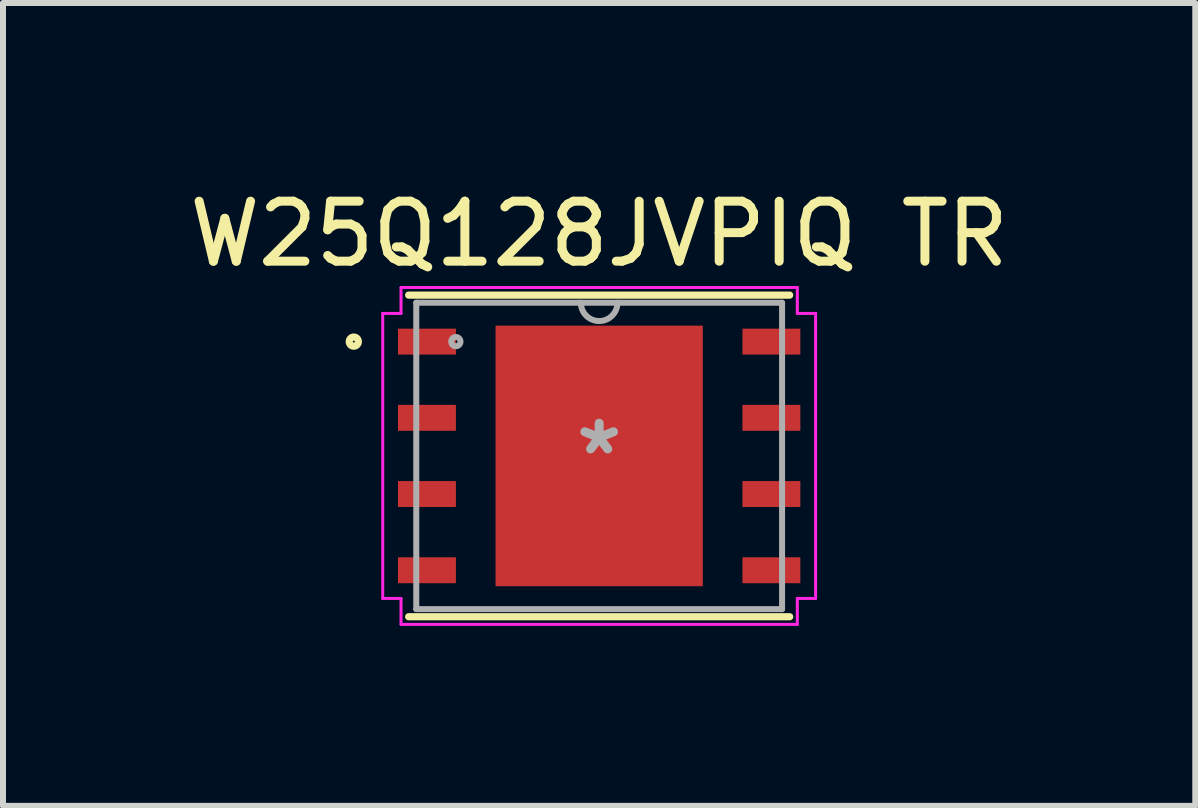
<source format=kicad_pcb>
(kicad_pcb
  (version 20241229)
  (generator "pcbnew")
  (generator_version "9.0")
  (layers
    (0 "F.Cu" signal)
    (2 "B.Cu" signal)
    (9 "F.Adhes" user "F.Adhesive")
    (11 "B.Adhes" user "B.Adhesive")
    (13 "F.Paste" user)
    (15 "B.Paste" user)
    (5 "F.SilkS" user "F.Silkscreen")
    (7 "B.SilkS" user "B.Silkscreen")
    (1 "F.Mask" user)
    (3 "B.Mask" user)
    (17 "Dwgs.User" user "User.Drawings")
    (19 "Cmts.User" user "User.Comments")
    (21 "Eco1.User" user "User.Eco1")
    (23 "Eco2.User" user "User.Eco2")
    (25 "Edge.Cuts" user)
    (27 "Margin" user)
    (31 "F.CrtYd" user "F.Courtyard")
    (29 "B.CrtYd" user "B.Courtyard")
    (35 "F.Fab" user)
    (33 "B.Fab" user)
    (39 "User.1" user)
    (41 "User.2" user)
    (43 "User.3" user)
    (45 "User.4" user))
  (footprint "W25Q128JVPIQ TR"
    (layer "F.Cu")
    (at 6.935 4.548)
    (property "Reference" "W25Q128JVPIQ TR" (at 0 -3.7 0) (layer "F.SilkS") (effects (font (size 1 1) (thickness 0.15))))
    (attr smd)
    (fp_line (start -3.175 2.68) (end 3.175 2.68) (stroke (width 0.12) (type solid)) (layer "F.SilkS"))
    (fp_line (start 3.175 -2.68) (end -3.175 -2.68) (stroke (width 0.12) (type solid)) (layer "F.SilkS"))
    (fp_circle (center -4.089 -1.905) (end -4.013 -1.905) (stroke (width 0.12) (type solid)) (fill no) (layer "F.SilkS"))
    (fp_poly (pts (xy -1.627 -2.072) (xy -1.627 -0.824) (xy -0.1 -0.824) (xy -0.1 -2.072)) (stroke (width 0.1) (type solid)) (fill yes) (layer "F.Paste"))
    (fp_poly (pts (xy -1.627 -0.624) (xy -1.627 0.624) (xy -0.1 0.624) (xy -0.1 -0.624)) (stroke (width 0.1) (type solid)) (fill yes) (layer "F.Paste"))
    (fp_poly (pts (xy -1.627 0.824) (xy -1.627 2.072) (xy -0.1 2.072) (xy -0.1 0.824)) (stroke (width 0.1) (type solid)) (fill yes) (layer "F.Paste"))
    (fp_poly (pts (xy 0.1 -2.072) (xy 0.1 -0.824) (xy 1.627 -0.824) (xy 1.627 -2.072)) (stroke (width 0.1) (type solid)) (fill yes) (layer "F.Paste"))
    (fp_poly (pts (xy 0.1 -0.624) (xy 0.1 0.624) (xy 1.627 0.624) (xy 1.627 -0.624)) (stroke (width 0.1) (type solid)) (fill yes) (layer "F.Paste"))
    (fp_poly (pts (xy 0.1 0.824) (xy 0.1 2.072) (xy 1.627 2.072) (xy 1.627 0.824)) (stroke (width 0.1) (type solid)) (fill yes) (layer "F.Paste"))
    (fp_line (start -3.607 -2.375) (end -3.302 -2.375) (stroke (width 0.05) (type solid)) (layer "F.CrtYd"))
    (fp_line (start -3.607 2.375) (end -3.607 -2.375) (stroke (width 0.05) (type solid)) (layer "F.CrtYd"))
    (fp_line (start -3.607 2.375) (end -3.302 2.375) (stroke (width 0.05) (type solid)) (layer "F.CrtYd"))
    (fp_line (start -3.302 -2.807) (end 3.302 -2.807) (stroke (width 0.05) (type solid)) (layer "F.CrtYd"))
    (fp_line (start -3.302 -2.375) (end -3.302 -2.807) (stroke (width 0.05) (type solid)) (layer "F.CrtYd"))
    (fp_line (start -3.302 2.807) (end -3.302 2.375) (stroke (width 0.05) (type solid)) (layer "F.CrtYd"))
    (fp_line (start 3.302 -2.807) (end 3.302 -2.375) (stroke (width 0.05) (type solid)) (layer "F.CrtYd"))
    (fp_line (start 3.302 2.375) (end 3.302 2.807) (stroke (width 0.05) (type solid)) (layer "F.CrtYd"))
    (fp_line (start 3.302 2.807) (end -3.302 2.807) (stroke (width 0.05) (type solid)) (layer "F.CrtYd"))
    (fp_line (start 3.607 -2.375) (end 3.302 -2.375) (stroke (width 0.05) (type solid)) (layer "F.CrtYd"))
    (fp_line (start 3.607 -2.375) (end 3.607 2.375) (stroke (width 0.05) (type solid)) (layer "F.CrtYd"))
    (fp_line (start 3.607 2.375) (end 3.302 2.375) (stroke (width 0.05) (type solid)) (layer "F.CrtYd"))
    (fp_line (start -3.048 -2.553) (end -3.048 2.553) (stroke (width 0.1) (type solid)) (layer "F.Fab"))
    (fp_line (start -3.048 2.553) (end 3.048 2.553) (stroke (width 0.1) (type solid)) (layer "F.Fab"))
    (fp_line (start 3.048 -2.553) (end -3.048 -2.553) (stroke (width 0.1) (type solid)) (layer "F.Fab"))
    (fp_line (start 3.048 2.553) (end 3.048 -2.553) (stroke (width 0.1) (type solid)) (layer "F.Fab"))
    (fp_arc (start 0.3048 -2.5527) (mid 0 -2.2479) (end -0.3048 -2.5527) (stroke (width 0.1) (type solid)) (layer "F.Fab"))
    (fp_circle (center -2.388 -1.905) (end -2.311 -1.905) (stroke (width 0.1) (type solid)) (fill no) (layer "F.Fab"))
    (fp_text user "*" (at 0 0 0) (layer "F.Fab") (effects (font (size 1 1) (thickness 0.15))))
    (pad "1" smd rect (at -2.87 -1.905) (size 0.965 0.432) (layers "F.Cu" "F.Mask" "F.Paste"))
    (pad "2" smd rect (at -2.87 -0.635) (size 0.965 0.432) (layers "F.Cu" "F.Mask" "F.Paste"))
    (pad "3" smd rect (at -2.87 0.635) (size 0.965 0.432) (layers "F.Cu" "F.Mask" "F.Paste"))
    (pad "4" smd rect (at -2.87 1.905) (size 0.965 0.432) (layers "F.Cu" "F.Mask" "F.Paste"))
    (pad "5" smd rect (at 2.87 1.905) (size 0.965 0.432) (layers "F.Cu" "F.Mask" "F.Paste"))
    (pad "6" smd rect (at 2.87 0.635) (size 0.965 0.432) (layers "F.Cu" "F.Mask" "F.Paste"))
    (pad "7" smd rect (at 2.87 -0.635) (size 0.965 0.432) (layers "F.Cu" "F.Mask" "F.Paste"))
    (pad "8" smd rect (at 2.87 -1.905) (size 0.965 0.432) (layers "F.Cu" "F.Mask" "F.Paste"))
    (pad "9" smd rect (at 0 0) (size 3.454 4.343) (layers "F.Cu" "F.Mask" "F.Paste")))
  (gr_rect
    (start -3 -3)
    (end 16.869 10.38)
    (stroke (width 0.1) (type default))
    (fill no)
    (layer "Edge.Cuts")))
</source>
